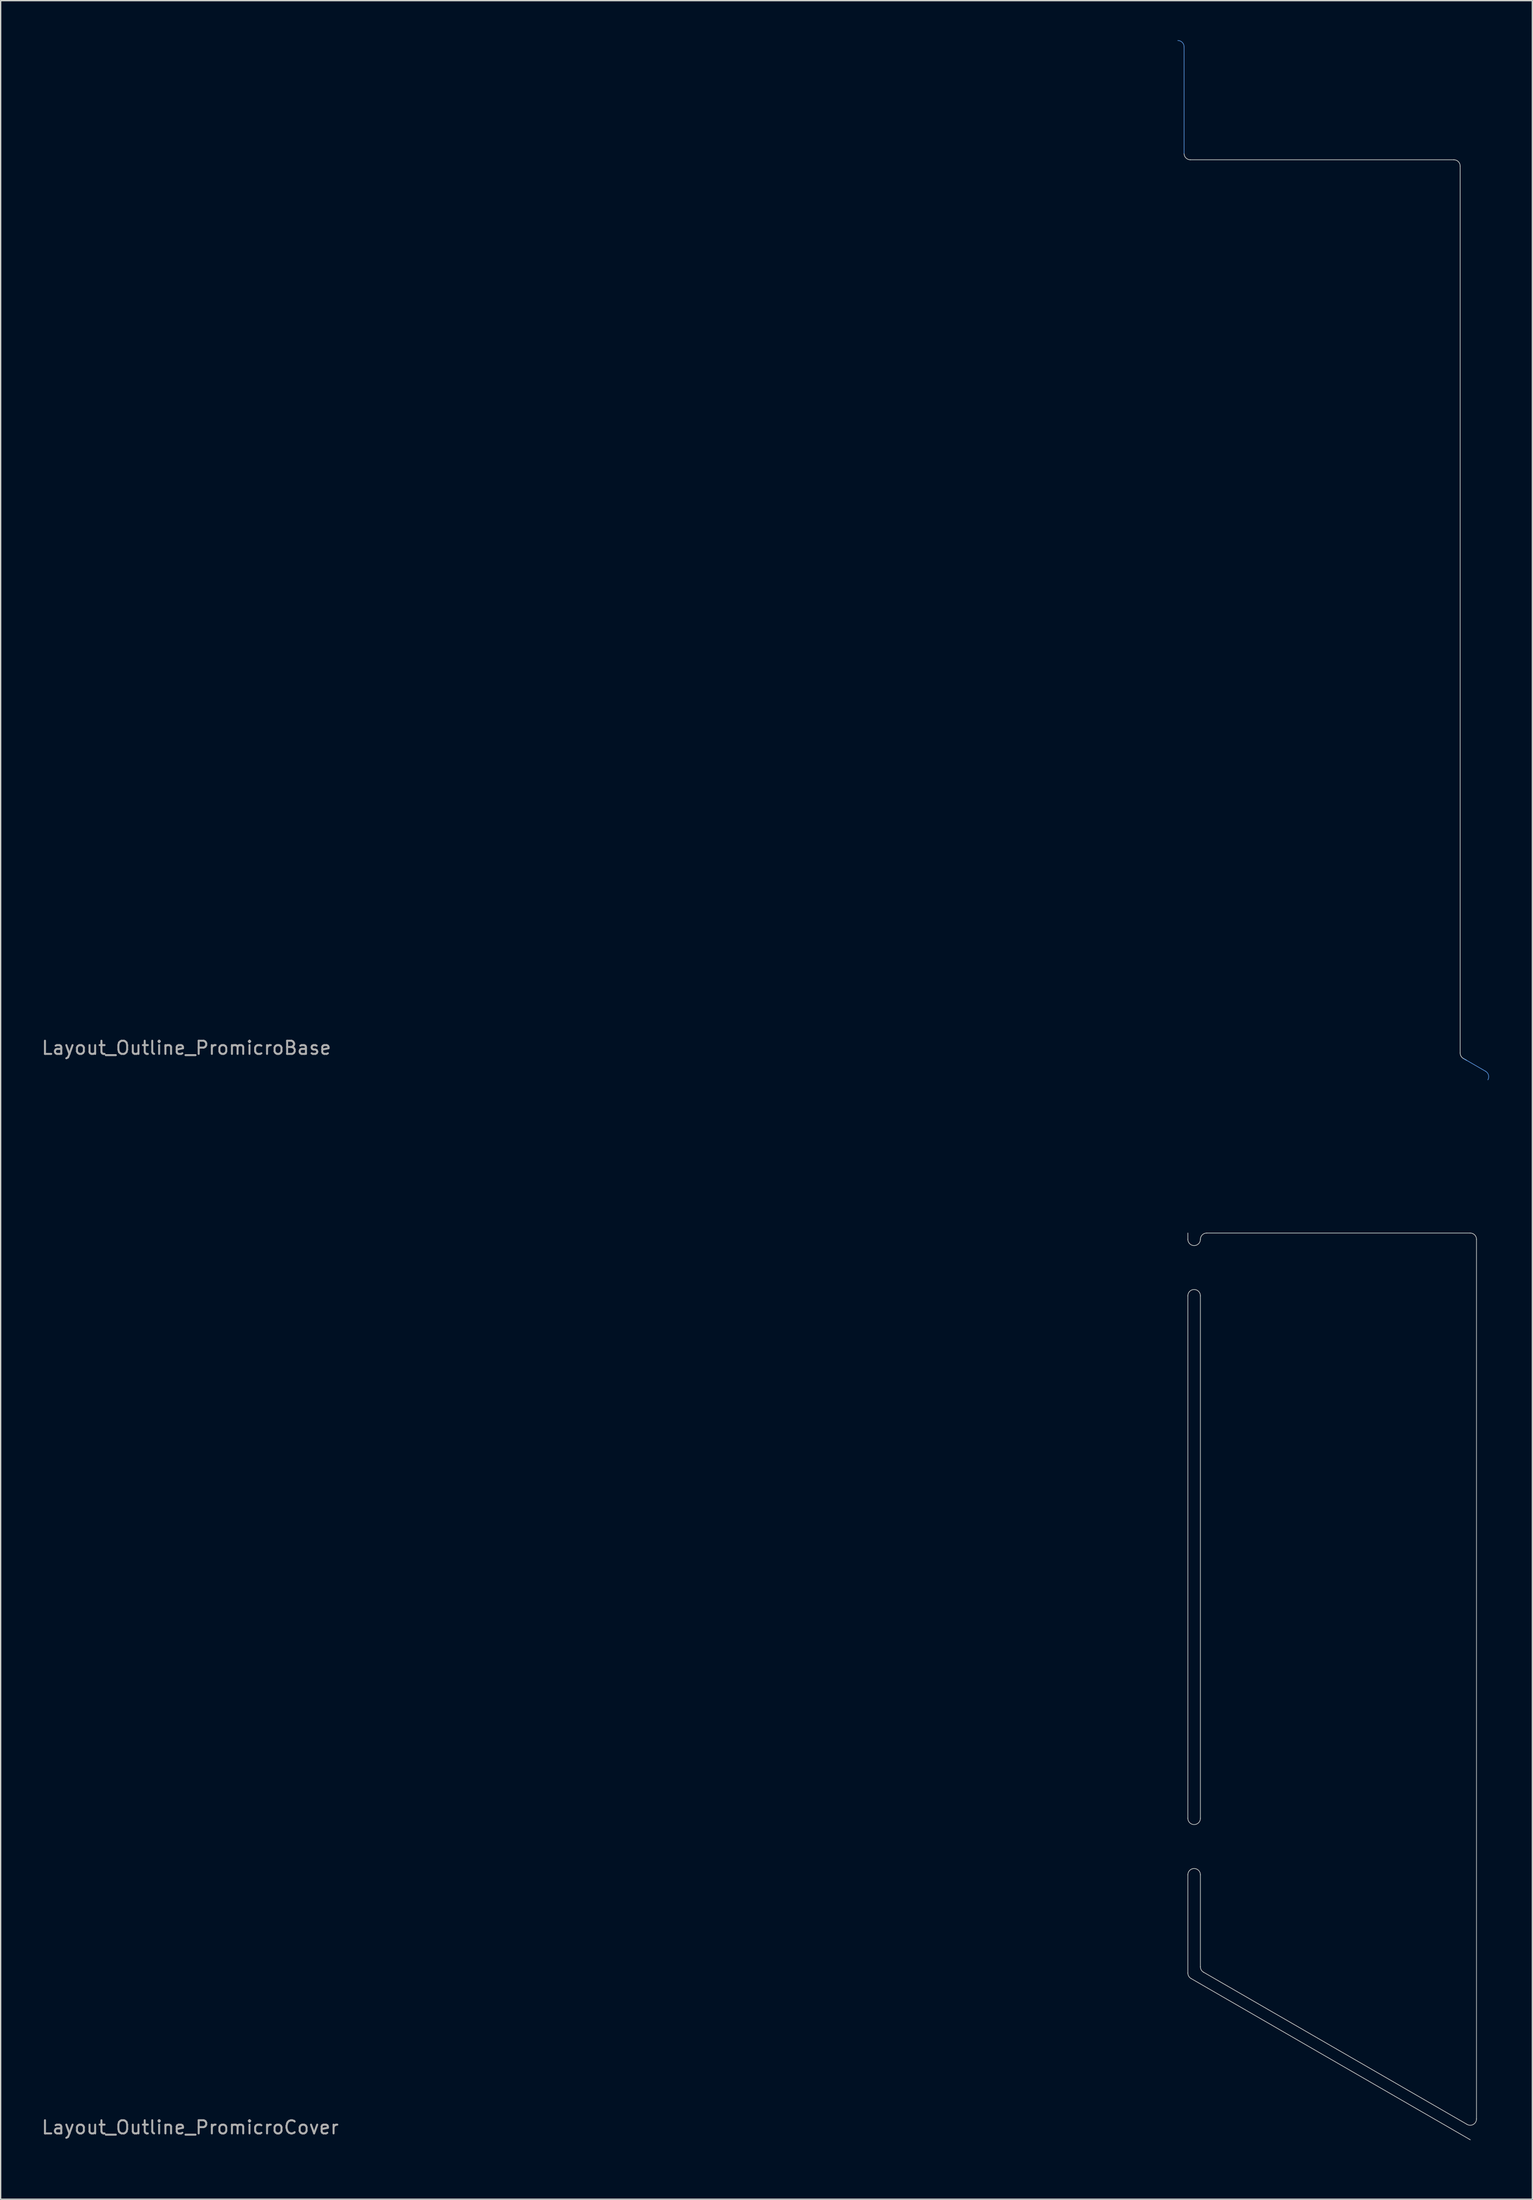
<source format=kicad_pcb>
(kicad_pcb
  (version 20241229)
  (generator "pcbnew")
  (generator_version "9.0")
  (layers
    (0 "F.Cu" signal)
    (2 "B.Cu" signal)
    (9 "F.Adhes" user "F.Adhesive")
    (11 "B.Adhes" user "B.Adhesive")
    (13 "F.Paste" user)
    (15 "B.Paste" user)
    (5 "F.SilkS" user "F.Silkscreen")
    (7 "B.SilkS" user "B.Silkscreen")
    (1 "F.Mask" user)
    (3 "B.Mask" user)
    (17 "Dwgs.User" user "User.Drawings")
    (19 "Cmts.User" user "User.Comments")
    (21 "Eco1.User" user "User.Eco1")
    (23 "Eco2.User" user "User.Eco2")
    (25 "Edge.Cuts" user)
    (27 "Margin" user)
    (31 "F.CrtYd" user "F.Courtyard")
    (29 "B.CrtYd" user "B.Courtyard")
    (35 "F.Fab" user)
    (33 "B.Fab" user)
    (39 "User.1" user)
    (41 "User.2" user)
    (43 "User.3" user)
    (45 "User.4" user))
  (footprint "Layout_Outline_PromicroCover"
    (layer "F.Cu")
    (at 11.387 157.661)
    (property "Reference" "Layout_Outline_PromicroCover" (at 0 0.714 0) (layer "F.Fab") (effects (font (size 1 1) (thickness 0.15))))
    (attr through_hole)
    (fp_line (start 75.724 -75.248) (end 75.724 -67.151) (stroke (width 0.05) (type solid)) (layer "B.Adhes"))
    (fp_line (start 98.608 2.488) (end 97.164 1.655) (stroke (width 0.05) (type solid)) (layer "B.Adhes"))
    (fp_arc (start 75.2475 -75.72375) (mid 75.58426 -75.58426) (end 75.723751 -75.247501) (stroke (width 0.05) (type solid)) (layer "B.Adhes"))
    (fp_arc (start 98.607533 2.488424) (mid 98.82943 2.777606) (end 98.781853 3.138994) (stroke (width 0.05) (type solid)) (layer "B.Adhes"))
    (fp_line (start 75.724 -67.151) (end 75.724 -66.675) (stroke (width 0.05) (type solid)) (layer "Edge.Cuts"))
    (fp_line (start 75.724 -62.389) (end 75.724 -22.741) (stroke (width 0.05) (type solid)) (layer "Edge.Cuts"))
    (fp_line (start 75.724 -18.455) (end 75.724 -10.998) (stroke (width 0.05) (type solid)) (layer "Edge.Cuts"))
    (fp_line (start 76.676 -11.473) (end 76.676 -18.455) (stroke (width 0.05) (type solid)) (layer "Edge.Cuts"))
    (fp_line (start 76.676 -62.389) (end 76.676 -22.74) (stroke (width 0.05) (type solid)) (layer "Edge.Cuts"))
    (fp_line (start 77.153 -67.15) (end 97.155 -67.15) (stroke (width 0.05) (type solid)) (layer "Edge.Cuts"))
    (fp_line (start 96.917 0.486) (end 76.914 -11.061) (stroke (width 0.05) (type solid)) (layer "Edge.Cuts"))
    (fp_line (start 97.164 1.655) (end 75.963 -10.586) (stroke (width 0.05) (type solid)) (layer "Edge.Cuts"))
    (fp_line (start 97.631 -66.674) (end 97.631 0.074) (stroke (width 0.05) (type solid)) (layer "Edge.Cuts"))
    (fp_arc (start 75.723775 -62.388751) (mid 76.200025 -62.865001) (end 76.676275 -62.388751) (stroke (width 0.05) (type solid)) (layer "Edge.Cuts"))
    (fp_arc (start 75.723775 -18.454715) (mid 76.200025 -18.930965) (end 76.676275 -18.454715) (stroke (width 0.05) (type solid)) (layer "Edge.Cuts"))
    (fp_arc (start 75.962563 -10.585695) (mid 75.788243 -10.760015) (end 75.724438 -10.99814) (stroke (width 0.05) (type solid)) (layer "Edge.Cuts"))
    (fp_arc (start 76.676275 -66.67375) (mid 76.1994 -66.198749) (end 75.723773 -66.675) (stroke (width 0.05) (type solid)) (layer "Edge.Cuts"))
    (fp_arc (start 76.676275 -66.67375) (mid 76.815765 -67.01051) (end 77.152525 -67.15) (stroke (width 0.05) (type solid)) (layer "Edge.Cuts"))
    (fp_arc (start 76.676276 -22.739715) (mid 76.1994 -22.264713) (end 75.723772 -22.740965) (stroke (width 0.05) (type solid)) (layer "Edge.Cuts"))
    (fp_arc (start 76.914354 -11.06077) (mid 76.740034 -11.23509) (end 76.676229 -11.473215) (stroke (width 0.05) (type solid)) (layer "Edge.Cuts"))
    (fp_arc (start 97.154979 -67.150015) (mid 97.491739 -67.010525) (end 97.631229 -66.673765) (stroke (width 0.05) (type solid)) (layer "Edge.Cuts"))
    (fp_arc (start 97.631229 0.073625) (mid 97.393104 0.48607) (end 96.916854 0.48607) (stroke (width 0.05) (type solid)) (layer "Edge.Cuts")))
  (footprint "Layout_Outline_PromicroBase"
    (layer "F.Cu")
    (at 11.101 75.749)
    (property "Reference" "Layout_Outline_PromicroBase" (at 0 0.714 0) (layer "F.Fab") (effects (font (size 1 1) (thickness 0.15))))
    (attr through_hole)
    (fp_line (start 75.724 -75.248) (end 75.724 -67.151) (stroke (width 0.05) (type solid)) (layer "Cmts.User"))
    (fp_line (start 98.608 2.488) (end 96.917 1.512) (stroke (width 0.05) (type solid)) (layer "Cmts.User"))
    (fp_arc (start 75.2475 -75.72375) (mid 75.58426 -75.58426) (end 75.723751 -75.247501) (stroke (width 0.05) (type solid)) (layer "Cmts.User"))
    (fp_arc (start 98.607533 2.488424) (mid 98.82943 2.777606) (end 98.781853 3.138994) (stroke (width 0.05) (type solid)) (layer "Cmts.User"))
    (fp_line (start 96.202 -66.675) (end 76.2 -66.675) (stroke (width 0.05) (type solid)) (layer "Edge.Cuts"))
    (fp_line (start 96.679 1.1) (end 96.679 -66.199) (stroke (width 0.05) (type solid)) (layer "Edge.Cuts"))
    (fp_line (start 97.164 1.655) (end 96.917 1.512) (stroke (width 0.05) (type solid)) (layer "Edge.Cuts"))
    (fp_arc (start 76.200028 -66.675005) (mid 75.863251 -66.814483) (end 75.72375 -67.151251) (stroke (width 0.05) (type solid)) (layer "Edge.Cuts"))
    (fp_arc (start 96.202499 -66.675) (mid 96.539259 -66.53551) (end 96.67875 -66.198751) (stroke (width 0.05) (type solid)) (layer "Edge.Cuts"))
    (fp_arc (start 96.916876 1.512445) (mid 96.742555 1.338126) (end 96.678748 1.1) (stroke (width 0.05) (type solid)) (layer "Edge.Cuts")))
  (gr_rect
    (start -3 -3)
    (end 113.258 163.825)
    (stroke (width 0.1) (type default))
    (fill no)
    (layer "Edge.Cuts")))
</source>
